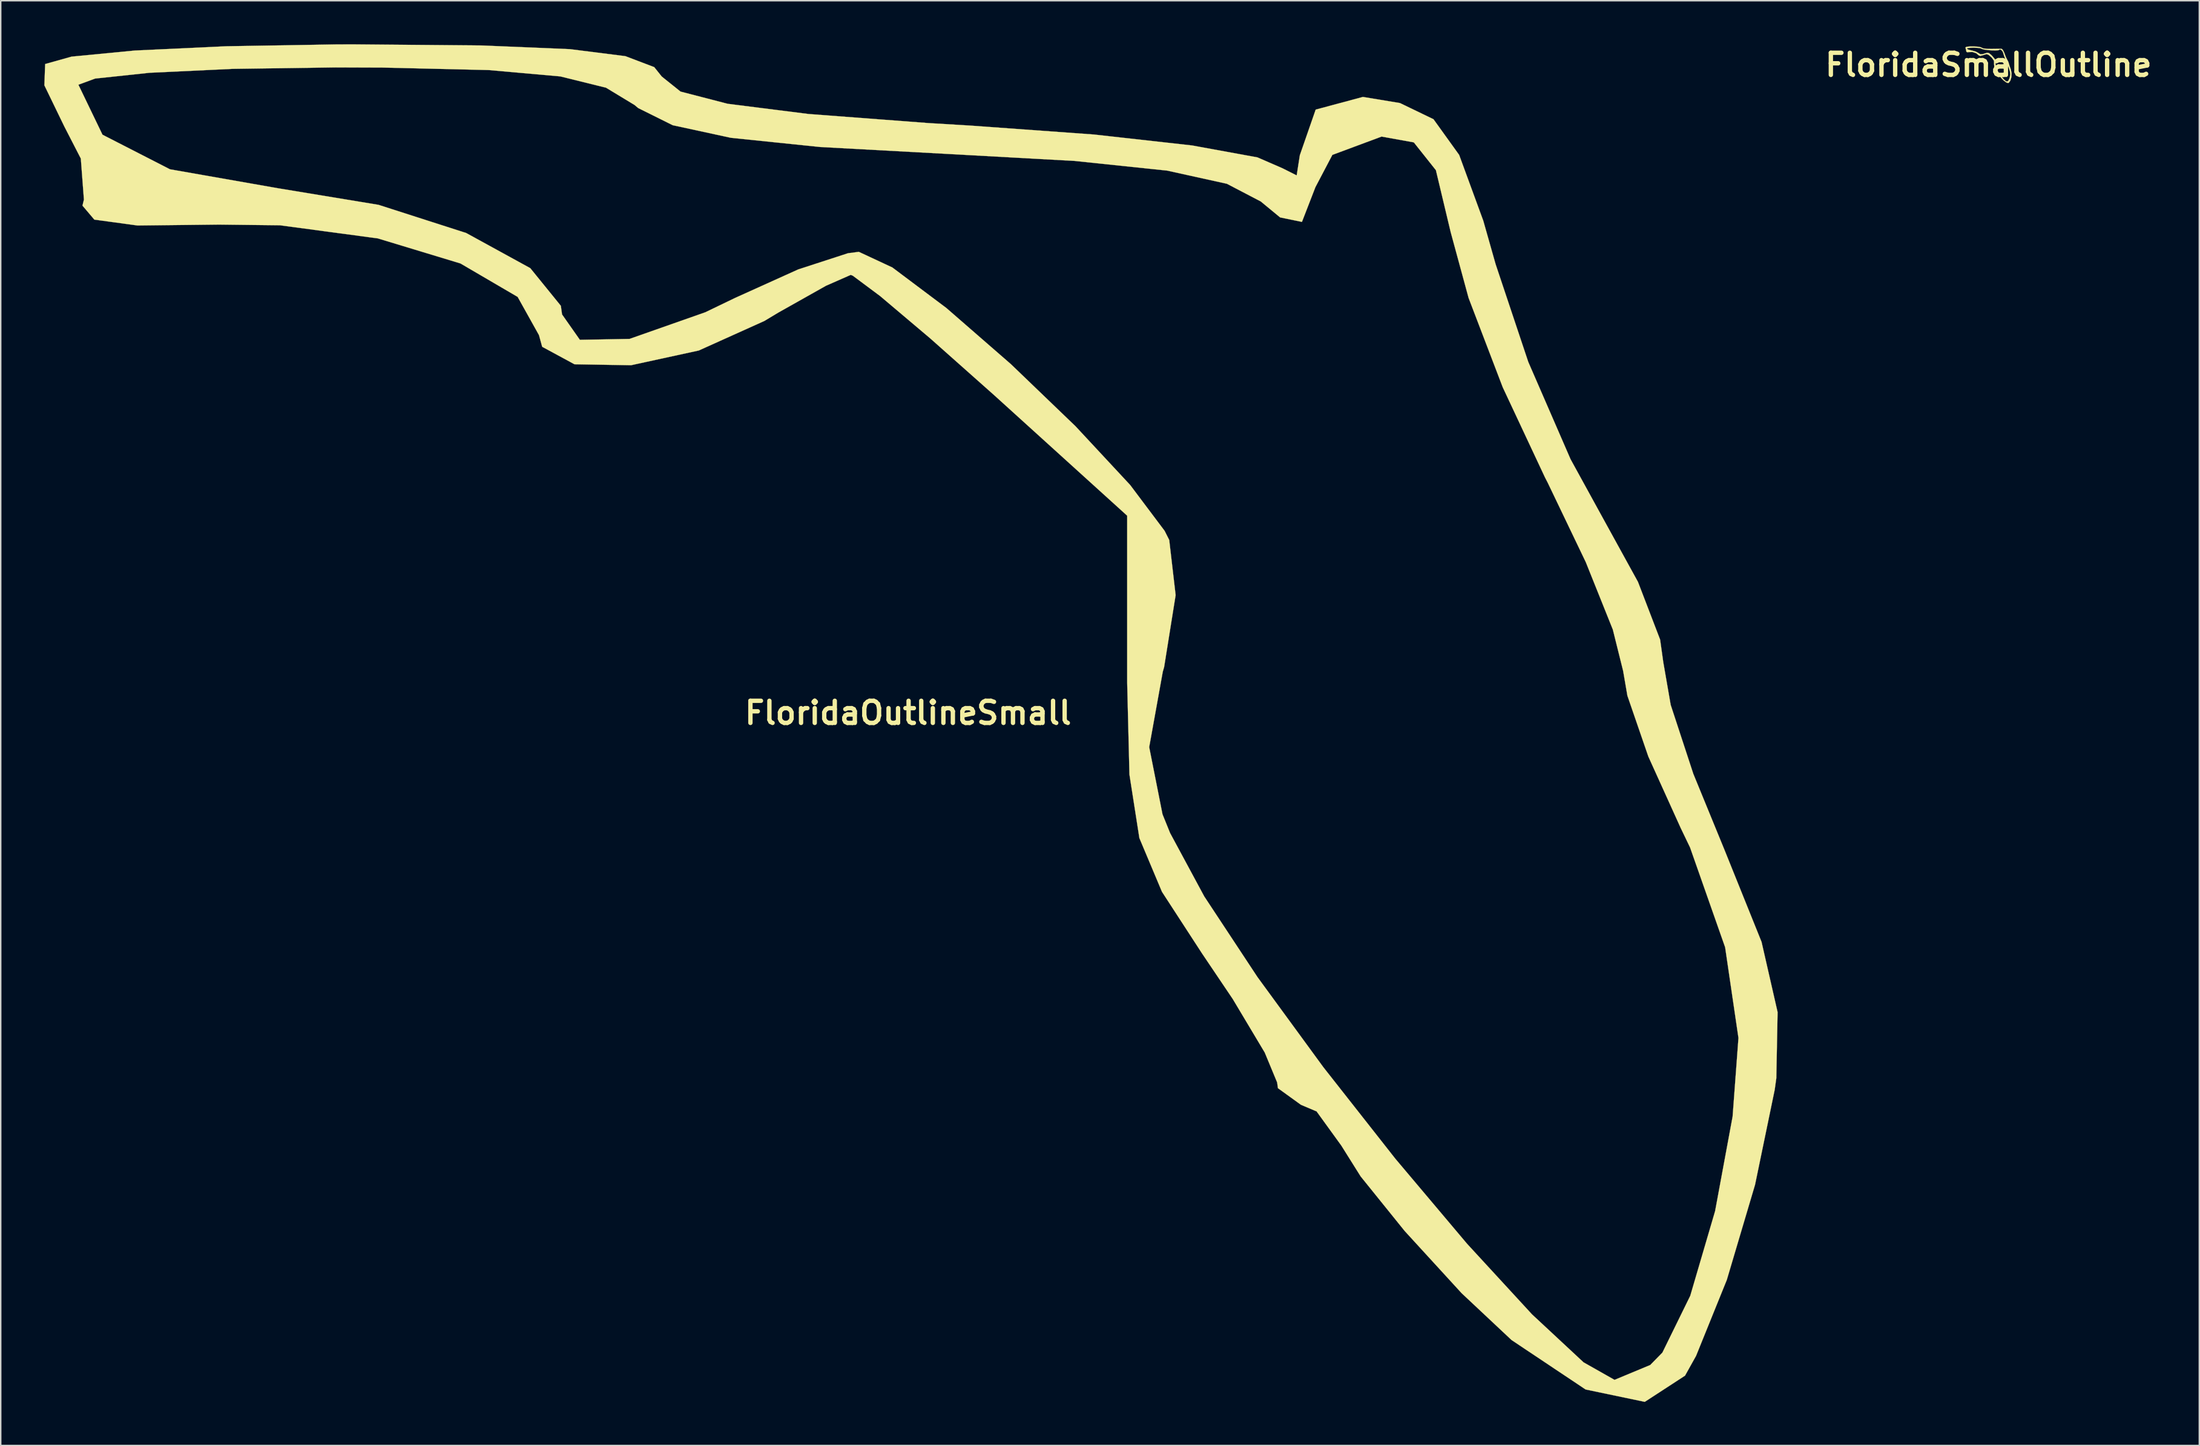
<source format=kicad_pcb>
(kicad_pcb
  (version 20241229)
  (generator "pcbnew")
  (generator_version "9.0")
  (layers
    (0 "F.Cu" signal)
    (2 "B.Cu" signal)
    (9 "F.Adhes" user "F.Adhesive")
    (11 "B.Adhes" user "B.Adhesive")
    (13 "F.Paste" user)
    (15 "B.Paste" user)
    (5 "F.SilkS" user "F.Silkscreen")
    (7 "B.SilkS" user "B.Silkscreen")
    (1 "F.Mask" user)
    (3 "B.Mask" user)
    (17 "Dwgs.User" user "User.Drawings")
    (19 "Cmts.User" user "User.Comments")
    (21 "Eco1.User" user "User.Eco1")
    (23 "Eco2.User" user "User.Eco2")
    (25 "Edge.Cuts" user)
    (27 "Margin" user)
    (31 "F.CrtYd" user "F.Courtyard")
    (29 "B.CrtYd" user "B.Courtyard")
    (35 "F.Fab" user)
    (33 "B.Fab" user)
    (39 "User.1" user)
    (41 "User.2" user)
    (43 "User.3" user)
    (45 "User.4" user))
  (footprint "FloridaOutlineSmall"
    (layer "F.Cu")
    (at 59.445 46.043)
    (property "Reference" "FloridaOutlineSmall" (at 0 0 0) (layer "F.SilkS") (effects (font (size 1.524 1.524) (thickness 0.3))))
    (attr through_hole)
    (fp_poly (pts (xy -29.361 -45.963) (xy -23.27 -45.708) (xy -19.455 -45.226) (xy -17.469 -44.47) (xy -16.952 -43.823) (xy -15.659 -42.786) (xy -12.417 -41.946) (xy -6.851 -41.243) (xy 1.412 -40.617) (xy 4.252 -40.447) (xy 12.788 -39.83) (xy 19.547 -39.076) (xy 24.047 -38.254) (xy 25.773 -37.503) (xy 26.746 -37.013) (xy 26.963 -38.403) (xy 28.054 -41.545) (xy 31.305 -42.418) (xy 33.855 -41.996) (xy 36.161 -40.883) (xy 37.928 -38.424) (xy 39.587 -33.895) (xy 40.439 -30.892) (xy 42.684 -24.169) (xy 45.594 -17.469) (xy 47.694 -13.641) (xy 50.233 -9.023) (xy 51.759 -5.045) (xy 51.975 -3.496) (xy 52.486 -0.55) (xy 54.043 4.197) (xy 56.193 9.446) (xy 58.739 15.77) (xy 59.843 20.606) (xy 59.755 25.155) (xy 59.645 25.949) (xy 58.291 32.495) (xy 56.348 39.047) (xy 54.232 44.278) (xy 53.472 45.641) (xy 50.702 47.445) (xy 46.631 46.593) (xy 41.534 43.188) (xy 38.1 39.964) (xy 34.18 35.68) (xy 31.149 31.92) (xy 29.817 29.795) (xy 28.116 27.444) (xy 27.039 26.988) (xy 25.456 25.844) (xy 25.4 25.446) (xy 24.547 23.388) (xy 22.347 19.705) (xy 20.241 16.578) (xy 17.475 12.321) (xy 15.92 8.621) (xy 15.236 4.243) (xy 15.081 -2.05) (xy 15.081 -2.164) (xy 15.081 -13.579) (xy 5.936 -21.871) (xy 1.527 -25.789) (xy -1.926 -28.708) (xy -3.805 -30.109) (xy -3.947 -30.163) (xy -5.65 -29.414) (xy -8.944 -27.559) (xy -9.884 -26.993) (xy -14.404 -24.956) (xy -19.064 -23.942) (xy -22.958 -24.008) (xy -25.181 -25.212) (xy -25.4 -26.013) (xy -26.869 -28.647) (xy -30.802 -30.949) (xy -36.49 -32.675) (xy -43.224 -33.579) (xy -47.415 -33.627) (xy -53.034 -33.565) (xy -56.002 -33.969) (xy -56.819 -34.932) (xy -56.719 -35.345) (xy -56.932 -38.174) (xy -58.069 -40.385) (xy -59.44 -43.215) (xy -59.439 -43.259) (xy -57.1 -43.259) (xy -55.441 -39.816) (xy -50.798 -37.435) (xy -43.381 -36.132) (xy -36.439 -34.986) (xy -30.413 -33.048) (xy -26 -30.627) (xy -23.896 -28.033) (xy -23.813 -27.439) (xy -22.587 -25.691) (xy -19.169 -25.754) (xy -13.95 -27.59) (xy -11.906 -28.575) (xy -7.557 -30.54) (xy -4.132 -31.655) (xy -3.39 -31.75) (xy -1.082 -30.674) (xy 2.639 -27.88) (xy 7.074 -24.019) (xy 11.523 -19.741) (xy 15.284 -15.696) (xy 17.657 -12.536) (xy 17.974 -11.907) (xy 18.415 -8.108) (xy 17.623 -3.156) (xy 17.531 -2.837) (xy 16.595 2.357) (xy 17.511 6.981) (xy 18.034 8.275) (xy 20.385 12.639) (xy 24.051 18.198) (xy 28.585 24.404) (xy 33.541 30.709) (xy 38.475 36.563) (xy 42.939 41.417) (xy 46.489 44.724) (xy 48.621 45.931) (xy 51.079 44.908) (xy 51.915 44.053) (xy 53.832 40.143) (xy 55.543 34.308) (xy 56.748 27.797) (xy 57.15 22.385) (xy 56.233 16.141) (xy 53.819 9.266) (xy 53.181 7.938) (xy 50.947 3.003) (xy 49.507 -1.183) (xy 49.212 -2.897) (xy 48.505 -5.737) (xy 46.644 -10.38) (xy 44.022 -15.854) (xy 43.834 -16.218) (xy 40.928 -22.422) (xy 38.578 -28.574) (xy 37.344 -33.112) (xy 36.327 -37.374) (xy 34.807 -39.288) (xy 32.589 -39.688) (xy 29.202 -38.427) (xy 28.035 -36.205) (xy 27.108 -33.812) (xy 25.606 -34.121) (xy 24.278 -35.217) (xy 21.944 -36.437) (xy 17.828 -37.345) (xy 11.459 -38.011) (xy 2.736 -38.492) (xy -6.06 -38.971) (xy -12.198 -39.604) (xy -16.196 -40.47) (xy -18.571 -41.651) (xy -18.821 -41.861) (xy -20.787 -43.053) (xy -23.933 -43.831) (xy -28.853 -44.268) (xy -36.139 -44.439) (xy -39.416 -44.45) (xy -46.485 -44.351) (xy -52.207 -44.081) (xy -55.949 -43.683) (xy -57.1 -43.259) (xy -59.439 -43.259) (xy -59.387 -44.684) (xy -57.571 -45.193) (xy -53.206 -45.614) (xy -46.919 -45.908) (xy -39.335 -46.035) (xy -38.176 -46.038) (xy -29.361 -45.963)) (stroke (width 0.01) (type solid)) (fill yes) (layer "F.SilkS")))
  (footprint "FloridaSmallOutline"
    (layer "F.Cu")
    (at 133.803 1.418)
    (property "Reference" "FloridaSmallOutline" (at 0 0 0) (layer "F.SilkS") (effects (font (size 1.524 1.524) (thickness 0.3))))
    (attr through_hole)
    (fp_poly (pts (xy -0.78 -1.257) (xy -0.56 -1.224) (xy -0.462 -1.18) (xy -0.353 -1.135) (xy -0.115 -1.107) (xy 0.199 -1.102) (xy 0.512 -1.106) (xy 0.764 -1.108) (xy 0.901 -1.107) (xy 0.904 -1.107) (xy 0.99 -1.03) (xy 1.083 -0.846) (xy 1.105 -0.783) (xy 1.19 -0.553) (xy 1.271 -0.388) (xy 1.284 -0.368) (xy 1.369 -0.203) (xy 1.395 -0.114) (xy 1.45 0.074) (xy 1.534 0.309) (xy 1.535 0.312) (xy 1.588 0.566) (xy 1.575 0.842) (xy 1.508 1.081) (xy 1.397 1.23) (xy 1.347 1.252) (xy 1.218 1.207) (xy 1.033 1.066) (xy 0.907 0.94) (xy 0.59 0.54) (xy 0.412 0.197) (xy 0.378 -0.079) (xy 0.383 -0.106) (xy 0.375 -0.285) (xy 0.242 -0.478) (xy 0.178 -0.542) (xy 0.004 -0.693) (xy -0.126 -0.739) (xy -0.287 -0.698) (xy -0.342 -0.676) (xy -0.566 -0.615) (xy -0.664 -0.651) (xy -0.847 -0.804) (xy -1.105 -0.888) (xy -1.311 -0.882) (xy -1.473 -0.87) (xy -1.524 -0.915) (xy -1.552 -1.067) (xy -1.569 -1.117) (xy -1.491 -1.117) (xy -1.489 -1.112) (xy -1.382 -1.051) (xy -1.178 -0.996) (xy -1.135 -0.989) (xy -0.887 -0.92) (xy -0.696 -0.82) (xy -0.683 -0.809) (xy -0.551 -0.729) (xy -0.388 -0.742) (xy -0.272 -0.781) (xy -0.095 -0.834) (xy 0.035 -0.81) (xy 0.185 -0.689) (xy 0.263 -0.61) (xy 0.435 -0.402) (xy 0.493 -0.226) (xy 0.482 -0.102) (xy 0.51 0.161) (xy 0.681 0.503) (xy 0.991 0.918) (xy 1.057 0.995) (xy 1.222 1.138) (xy 1.344 1.124) (xy 1.439 0.948) (xy 1.471 0.837) (xy 1.498 0.654) (xy 1.476 0.458) (xy 1.395 0.198) (xy 1.281 -0.087) (xy 1.157 -0.393) (xy 1.064 -0.645) (xy 1.018 -0.796) (xy 1.016 -0.814) (xy 0.957 -0.944) (xy 0.889 -1.016) (xy 0.787 -1.069) (xy 0.762 -1.044) (xy 0.687 -1.009) (xy 0.494 -0.995) (xy 0.235 -0.999) (xy -0.041 -1.019) (xy -0.282 -1.052) (xy -0.438 -1.094) (xy -0.461 -1.11) (xy -0.575 -1.15) (xy -0.78 -1.175) (xy -1.024 -1.184) (xy -1.259 -1.177) (xy -1.431 -1.155) (xy -1.491 -1.117) (xy -1.569 -1.117) (xy -1.575 -1.136) (xy -1.58 -1.209) (xy -1.501 -1.249) (xy -1.308 -1.267) (xy -1.072 -1.27) (xy -0.78 -1.257)) (stroke (width 0.01) (type solid)) (fill yes) (layer "F.SilkS")))
  (gr_rect
    (start -3 -3)
    (end 148.313 96.492)
    (stroke (width 0.1) (type default))
    (fill no)
    (layer "Edge.Cuts")))
</source>
